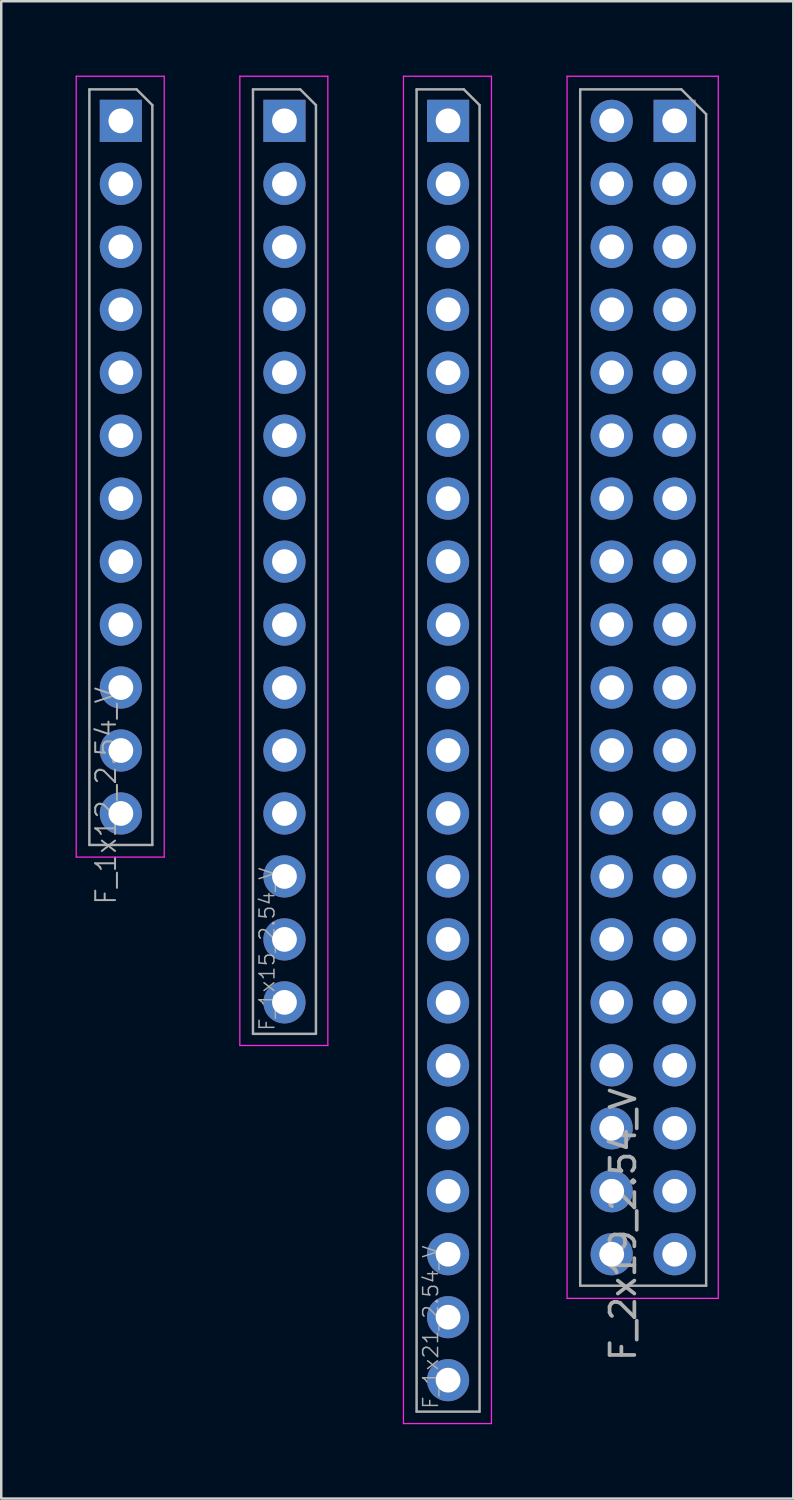
<source format=kicad_pcb>
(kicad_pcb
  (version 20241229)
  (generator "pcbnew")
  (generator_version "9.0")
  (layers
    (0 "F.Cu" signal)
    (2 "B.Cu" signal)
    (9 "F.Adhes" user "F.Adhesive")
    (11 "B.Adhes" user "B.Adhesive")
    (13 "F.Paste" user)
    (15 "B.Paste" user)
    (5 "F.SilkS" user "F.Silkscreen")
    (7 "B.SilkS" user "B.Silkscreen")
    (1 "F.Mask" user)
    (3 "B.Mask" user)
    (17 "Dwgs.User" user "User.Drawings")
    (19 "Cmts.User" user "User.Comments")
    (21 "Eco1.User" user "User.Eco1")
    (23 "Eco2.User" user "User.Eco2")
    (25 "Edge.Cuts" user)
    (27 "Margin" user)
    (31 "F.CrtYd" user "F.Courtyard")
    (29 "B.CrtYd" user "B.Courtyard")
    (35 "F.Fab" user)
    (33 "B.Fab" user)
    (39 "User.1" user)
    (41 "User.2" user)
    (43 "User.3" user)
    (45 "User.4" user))
  (footprint "F_2x19_2.54_V"
    (layer "F.Cu")
    (at 24.165 1.825)
    (property "Reference" "F_2x19_2.54_V" (at -2.08 44.52 90) (layer "F.Fab") (effects (font (size 1 1) (thickness 0.15))))
    (attr through_hole exclude_from_bom)
    (fp_line (start -4.34 -1.8) (end 1.76 -1.8) (stroke (width 0.05) (type solid)) (layer "F.CrtYd"))
    (fp_line (start -4.34 47.5) (end -4.34 -1.8) (stroke (width 0.05) (type solid)) (layer "F.CrtYd"))
    (fp_line (start 1.76 -1.8) (end 1.76 47.5) (stroke (width 0.05) (type solid)) (layer "F.CrtYd"))
    (fp_line (start 1.76 47.5) (end -4.34 47.5) (stroke (width 0.05) (type solid)) (layer "F.CrtYd"))
    (fp_line (start -3.81 -1.27) (end 0.27 -1.27) (stroke (width 0.1) (type solid)) (layer "F.Fab"))
    (fp_line (start -3.81 46.99) (end -3.81 -1.27) (stroke (width 0.1) (type solid)) (layer "F.Fab"))
    (fp_line (start 0.27 -1.27) (end 1.27 -0.27) (stroke (width 0.1) (type solid)) (layer "F.Fab"))
    (fp_line (start 1.27 -0.27) (end 1.27 46.99) (stroke (width 0.1) (type solid)) (layer "F.Fab"))
    (fp_line (start 1.27 46.99) (end -3.81 46.99) (stroke (width 0.1) (type solid)) (layer "F.Fab"))
    (pad "1" thru_hole rect (at 0 0) (size 1.7 1.7) (drill 1) (layers "*.Cu" "*.Mask"))
    (pad "2" thru_hole oval (at -2.54 0) (size 1.7 1.7) (drill 1) (layers "*.Cu" "*.Mask"))
    (pad "3" thru_hole oval (at 0 2.54) (size 1.7 1.7) (drill 1) (layers "*.Cu" "*.Mask"))
    (pad "4" thru_hole oval (at -2.54 2.54) (size 1.7 1.7) (drill 1) (layers "*.Cu" "*.Mask"))
    (pad "5" thru_hole oval (at 0 5.08) (size 1.7 1.7) (drill 1) (layers "*.Cu" "*.Mask"))
    (pad "6" thru_hole oval (at -2.54 5.08) (size 1.7 1.7) (drill 1) (layers "*.Cu" "*.Mask"))
    (pad "7" thru_hole oval (at 0 7.62) (size 1.7 1.7) (drill 1) (layers "*.Cu" "*.Mask"))
    (pad "8" thru_hole oval (at -2.54 7.62) (size 1.7 1.7) (drill 1) (layers "*.Cu" "*.Mask"))
    (pad "9" thru_hole oval (at 0 10.16) (size 1.7 1.7) (drill 1) (layers "*.Cu" "*.Mask"))
    (pad "10" thru_hole oval (at -2.54 10.16) (size 1.7 1.7) (drill 1) (layers "*.Cu" "*.Mask"))
    (pad "11" thru_hole oval (at 0 12.7) (size 1.7 1.7) (drill 1) (layers "*.Cu" "*.Mask"))
    (pad "12" thru_hole oval (at -2.54 12.7) (size 1.7 1.7) (drill 1) (layers "*.Cu" "*.Mask"))
    (pad "13" thru_hole oval (at 0 15.24) (size 1.7 1.7) (drill 1) (layers "*.Cu" "*.Mask"))
    (pad "14" thru_hole oval (at -2.54 15.24) (size 1.7 1.7) (drill 1) (layers "*.Cu" "*.Mask"))
    (pad "15" thru_hole oval (at 0 17.78) (size 1.7 1.7) (drill 1) (layers "*.Cu" "*.Mask"))
    (pad "16" thru_hole oval (at -2.54 17.78) (size 1.7 1.7) (drill 1) (layers "*.Cu" "*.Mask"))
    (pad "17" thru_hole oval (at 0 20.32) (size 1.7 1.7) (drill 1) (layers "*.Cu" "*.Mask"))
    (pad "18" thru_hole oval (at -2.54 20.32) (size 1.7 1.7) (drill 1) (layers "*.Cu" "*.Mask"))
    (pad "19" thru_hole oval (at 0 22.86) (size 1.7 1.7) (drill 1) (layers "*.Cu" "*.Mask"))
    (pad "20" thru_hole oval (at -2.54 22.86) (size 1.7 1.7) (drill 1) (layers "*.Cu" "*.Mask"))
    (pad "21" thru_hole oval (at 0 25.4) (size 1.7 1.7) (drill 1) (layers "*.Cu" "*.Mask"))
    (pad "22" thru_hole oval (at -2.54 25.4) (size 1.7 1.7) (drill 1) (layers "*.Cu" "*.Mask"))
    (pad "23" thru_hole oval (at 0 27.94) (size 1.7 1.7) (drill 1) (layers "*.Cu" "*.Mask"))
    (pad "24" thru_hole oval (at -2.54 27.94) (size 1.7 1.7) (drill 1) (layers "*.Cu" "*.Mask"))
    (pad "25" thru_hole oval (at 0 30.48) (size 1.7 1.7) (drill 1) (layers "*.Cu" "*.Mask"))
    (pad "26" thru_hole oval (at -2.54 30.48) (size 1.7 1.7) (drill 1) (layers "*.Cu" "*.Mask"))
    (pad "27" thru_hole oval (at 0 33.02) (size 1.7 1.7) (drill 1) (layers "*.Cu" "*.Mask"))
    (pad "28" thru_hole oval (at -2.54 33.02) (size 1.7 1.7) (drill 1) (layers "*.Cu" "*.Mask"))
    (pad "29" thru_hole oval (at 0 35.56) (size 1.7 1.7) (drill 1) (layers "*.Cu" "*.Mask"))
    (pad "30" thru_hole oval (at -2.54 35.56) (size 1.7 1.7) (drill 1) (layers "*.Cu" "*.Mask"))
    (pad "31" thru_hole oval (at 0 38.1) (size 1.7 1.7) (drill 1) (layers "*.Cu" "*.Mask"))
    (pad "32" thru_hole oval (at -2.54 38.1) (size 1.7 1.7) (drill 1) (layers "*.Cu" "*.Mask"))
    (pad "33" thru_hole oval (at 0 40.64) (size 1.7 1.7) (drill 1) (layers "*.Cu" "*.Mask"))
    (pad "34" thru_hole oval (at -2.54 40.64) (size 1.7 1.7) (drill 1) (layers "*.Cu" "*.Mask"))
    (pad "35" thru_hole oval (at 0 43.18) (size 1.7 1.7) (drill 1) (layers "*.Cu" "*.Mask"))
    (pad "36" thru_hole oval (at -2.54 43.18) (size 1.7 1.7) (drill 1) (layers "*.Cu" "*.Mask"))
    (pad "37" thru_hole oval (at 0 45.72) (size 1.7 1.7) (drill 1) (layers "*.Cu" "*.Mask"))
    (pad "38" thru_hole oval (at -2.54 45.72) (size 1.7 1.7) (drill 1) (layers "*.Cu" "*.Mask")))
  (footprint "F_1x15_2.54_V"
    (layer "F.Cu")
    (at 8.425 1.825)
    (property "Reference" "F_1x15_2.54_V" (at -0.7 36.75 90) (unlocked yes) (layer "F.Fab") (effects (font (size 0.6 0.6) (thickness 0.06)) (justify left)))
    (attr through_hole)
    (fp_line (start -1.8 -1.8) (end 1.75 -1.8) (stroke (width 0.05) (type solid)) (layer "F.CrtYd"))
    (fp_line (start -1.8 37.3) (end -1.8 -1.8) (stroke (width 0.05) (type solid)) (layer "F.CrtYd"))
    (fp_line (start 1.75 -1.8) (end 1.75 37.3) (stroke (width 0.05) (type solid)) (layer "F.CrtYd"))
    (fp_line (start 1.75 37.3) (end -1.8 37.3) (stroke (width 0.05) (type solid)) (layer "F.CrtYd"))
    (fp_line (start -1.27 -1.27) (end 0.635 -1.27) (stroke (width 0.1) (type solid)) (layer "F.Fab"))
    (fp_line (start -1.27 36.83) (end -1.27 -1.27) (stroke (width 0.1) (type solid)) (layer "F.Fab"))
    (fp_line (start 0.635 -1.27) (end 1.27 -0.635) (stroke (width 0.1) (type solid)) (layer "F.Fab"))
    (fp_line (start 1.27 -0.635) (end 1.27 36.83) (stroke (width 0.1) (type solid)) (layer "F.Fab"))
    (fp_line (start 1.27 36.83) (end -1.27 36.83) (stroke (width 0.1) (type solid)) (layer "F.Fab"))
    (pad "1" thru_hole rect (at 0 0) (size 1.7 1.7) (drill 1) (layers "*.Cu" "*.Mask"))
    (pad "2" thru_hole oval (at 0 2.54) (size 1.7 1.7) (drill 1) (layers "*.Cu" "*.Mask"))
    (pad "3" thru_hole oval (at 0 5.08) (size 1.7 1.7) (drill 1) (layers "*.Cu" "*.Mask"))
    (pad "4" thru_hole oval (at 0 7.62) (size 1.7 1.7) (drill 1) (layers "*.Cu" "*.Mask"))
    (pad "5" thru_hole oval (at 0 10.16) (size 1.7 1.7) (drill 1) (layers "*.Cu" "*.Mask"))
    (pad "6" thru_hole oval (at 0 12.7) (size 1.7 1.7) (drill 1) (layers "*.Cu" "*.Mask"))
    (pad "7" thru_hole oval (at 0 15.24) (size 1.7 1.7) (drill 1) (layers "*.Cu" "*.Mask"))
    (pad "8" thru_hole oval (at 0 17.78) (size 1.7 1.7) (drill 1) (layers "*.Cu" "*.Mask"))
    (pad "9" thru_hole oval (at 0 20.32) (size 1.7 1.7) (drill 1) (layers "*.Cu" "*.Mask"))
    (pad "10" thru_hole oval (at 0 22.86) (size 1.7 1.7) (drill 1) (layers "*.Cu" "*.Mask"))
    (pad "11" thru_hole oval (at 0 25.4) (size 1.7 1.7) (drill 1) (layers "*.Cu" "*.Mask"))
    (pad "12" thru_hole oval (at 0 27.94) (size 1.7 1.7) (drill 1) (layers "*.Cu" "*.Mask"))
    (pad "13" thru_hole oval (at 0 30.48) (size 1.7 1.7) (drill 1) (layers "*.Cu" "*.Mask"))
    (pad "14" thru_hole oval (at 0 33.02) (size 1.7 1.7) (drill 1) (layers "*.Cu" "*.Mask"))
    (pad "15" thru_hole oval (at 0 35.56) (size 1.7 1.7) (drill 1) (layers "*.Cu" "*.Mask")))
  (footprint "F_1x21_2.54_V"
    (layer "F.Cu")
    (at 15.025 1.825)
    (property "Reference" "F_1x21_2.54_V" (at -0.7 52 90) (unlocked yes) (layer "F.Fab") (effects (font (size 0.6 0.6) (thickness 0.06)) (justify left)))
    (attr through_hole)
    (fp_line (start -1.8 -1.8) (end 1.75 -1.8) (stroke (width 0.05) (type solid)) (layer "F.CrtYd"))
    (fp_line (start -1.8 52.55) (end -1.8 -1.8) (stroke (width 0.05) (type solid)) (layer "F.CrtYd"))
    (fp_line (start 1.75 -1.8) (end 1.75 52.55) (stroke (width 0.05) (type solid)) (layer "F.CrtYd"))
    (fp_line (start 1.75 52.55) (end -1.8 52.55) (stroke (width 0.05) (type solid)) (layer "F.CrtYd"))
    (fp_line (start -1.27 -1.27) (end 0.635 -1.27) (stroke (width 0.1) (type solid)) (layer "F.Fab"))
    (fp_line (start -1.27 52.07) (end -1.27 -1.27) (stroke (width 0.1) (type solid)) (layer "F.Fab"))
    (fp_line (start 0.635 -1.27) (end 1.27 -0.635) (stroke (width 0.1) (type solid)) (layer "F.Fab"))
    (fp_line (start 1.27 -0.635) (end 1.27 52.07) (stroke (width 0.1) (type solid)) (layer "F.Fab"))
    (fp_line (start 1.27 52.07) (end -1.27 52.07) (stroke (width 0.1) (type solid)) (layer "F.Fab"))
    (pad "1" thru_hole rect (at 0 0) (size 1.7 1.7) (drill 1) (layers "*.Cu" "*.Mask"))
    (pad "2" thru_hole oval (at 0 2.54) (size 1.7 1.7) (drill 1) (layers "*.Cu" "*.Mask"))
    (pad "3" thru_hole oval (at 0 5.08) (size 1.7 1.7) (drill 1) (layers "*.Cu" "*.Mask"))
    (pad "4" thru_hole oval (at 0 7.62) (size 1.7 1.7) (drill 1) (layers "*.Cu" "*.Mask"))
    (pad "5" thru_hole oval (at 0 10.16) (size 1.7 1.7) (drill 1) (layers "*.Cu" "*.Mask"))
    (pad "6" thru_hole oval (at 0 12.7) (size 1.7 1.7) (drill 1) (layers "*.Cu" "*.Mask"))
    (pad "7" thru_hole oval (at 0 15.24) (size 1.7 1.7) (drill 1) (layers "*.Cu" "*.Mask"))
    (pad "8" thru_hole oval (at 0 17.78) (size 1.7 1.7) (drill 1) (layers "*.Cu" "*.Mask"))
    (pad "9" thru_hole oval (at 0 20.32) (size 1.7 1.7) (drill 1) (layers "*.Cu" "*.Mask"))
    (pad "10" thru_hole oval (at 0 22.86) (size 1.7 1.7) (drill 1) (layers "*.Cu" "*.Mask"))
    (pad "11" thru_hole oval (at 0 25.4) (size 1.7 1.7) (drill 1) (layers "*.Cu" "*.Mask"))
    (pad "12" thru_hole oval (at 0 27.94) (size 1.7 1.7) (drill 1) (layers "*.Cu" "*.Mask"))
    (pad "13" thru_hole oval (at 0 30.48) (size 1.7 1.7) (drill 1) (layers "*.Cu" "*.Mask"))
    (pad "14" thru_hole oval (at 0 33.02) (size 1.7 1.7) (drill 1) (layers "*.Cu" "*.Mask"))
    (pad "15" thru_hole oval (at 0 35.56) (size 1.7 1.7) (drill 1) (layers "*.Cu" "*.Mask"))
    (pad "16" thru_hole oval (at 0 38.1) (size 1.7 1.7) (drill 1) (layers "*.Cu" "*.Mask"))
    (pad "17" thru_hole oval (at 0 40.64) (size 1.7 1.7) (drill 1) (layers "*.Cu" "*.Mask"))
    (pad "18" thru_hole oval (at 0 43.18) (size 1.7 1.7) (drill 1) (layers "*.Cu" "*.Mask"))
    (pad "19" thru_hole oval (at 0 45.72) (size 1.7 1.7) (drill 1) (layers "*.Cu" "*.Mask"))
    (pad "20" thru_hole oval (at 0 48.26) (size 1.7 1.7) (drill 1) (layers "*.Cu" "*.Mask"))
    (pad "21" thru_hole oval (at 0 50.8) (size 1.7 1.7) (drill 1) (layers "*.Cu" "*.Mask")))
  (footprint "F_1x12_2.54_V"
    (layer "F.Cu")
    (at 1.825 1.825)
    (property "Reference" "F_1x12_2.54_V" (at -0.6 27.225 90) (unlocked yes) (layer "F.Fab") (effects (font (size 0.8 0.8) (thickness 0.08))))
    (attr through_hole)
    (fp_line (start -1.8 -1.8) (end 1.75 -1.8) (stroke (width 0.05) (type solid)) (layer "F.CrtYd"))
    (fp_line (start -1.8 29.7) (end -1.8 -1.8) (stroke (width 0.05) (type solid)) (layer "F.CrtYd"))
    (fp_line (start 1.75 -1.8) (end 1.75 29.7) (stroke (width 0.05) (type solid)) (layer "F.CrtYd"))
    (fp_line (start 1.75 29.7) (end -1.8 29.7) (stroke (width 0.05) (type solid)) (layer "F.CrtYd"))
    (fp_line (start -1.27 -1.27) (end 0.635 -1.27) (stroke (width 0.1) (type solid)) (layer "F.Fab"))
    (fp_line (start -1.27 29.21) (end -1.27 -1.27) (stroke (width 0.1) (type solid)) (layer "F.Fab"))
    (fp_line (start 0.635 -1.27) (end 1.27 -0.635) (stroke (width 0.1) (type solid)) (layer "F.Fab"))
    (fp_line (start 1.27 -0.635) (end 1.27 29.21) (stroke (width 0.1) (type solid)) (layer "F.Fab"))
    (fp_line (start 1.27 29.21) (end -1.27 29.21) (stroke (width 0.1) (type solid)) (layer "F.Fab"))
    (pad "1" thru_hole rect (at 0 0) (size 1.7 1.7) (drill 1) (layers "*.Cu" "*.Mask"))
    (pad "2" thru_hole oval (at 0 2.54) (size 1.7 1.7) (drill 1) (layers "*.Cu" "*.Mask"))
    (pad "3" thru_hole oval (at 0 5.08) (size 1.7 1.7) (drill 1) (layers "*.Cu" "*.Mask"))
    (pad "4" thru_hole oval (at 0 7.62) (size 1.7 1.7) (drill 1) (layers "*.Cu" "*.Mask"))
    (pad "5" thru_hole oval (at 0 10.16) (size 1.7 1.7) (drill 1) (layers "*.Cu" "*.Mask"))
    (pad "6" thru_hole oval (at 0 12.7) (size 1.7 1.7) (drill 1) (layers "*.Cu" "*.Mask"))
    (pad "7" thru_hole oval (at 0 15.24) (size 1.7 1.7) (drill 1) (layers "*.Cu" "*.Mask"))
    (pad "8" thru_hole oval (at 0 17.78) (size 1.7 1.7) (drill 1) (layers "*.Cu" "*.Mask"))
    (pad "9" thru_hole oval (at 0 20.32) (size 1.7 1.7) (drill 1) (layers "*.Cu" "*.Mask"))
    (pad "10" thru_hole oval (at 0 22.86) (size 1.7 1.7) (drill 1) (layers "*.Cu" "*.Mask"))
    (pad "11" thru_hole oval (at 0 25.4) (size 1.7 1.7) (drill 1) (layers "*.Cu" "*.Mask"))
    (pad "12" thru_hole oval (at 0 27.94) (size 1.7 1.7) (drill 1) (layers "*.Cu" "*.Mask")))
  (gr_rect
    (start -3 -3)
    (end 28.95 57.4)
    (stroke (width 0.1) (type default))
    (fill no)
    (layer "Edge.Cuts")))
</source>
